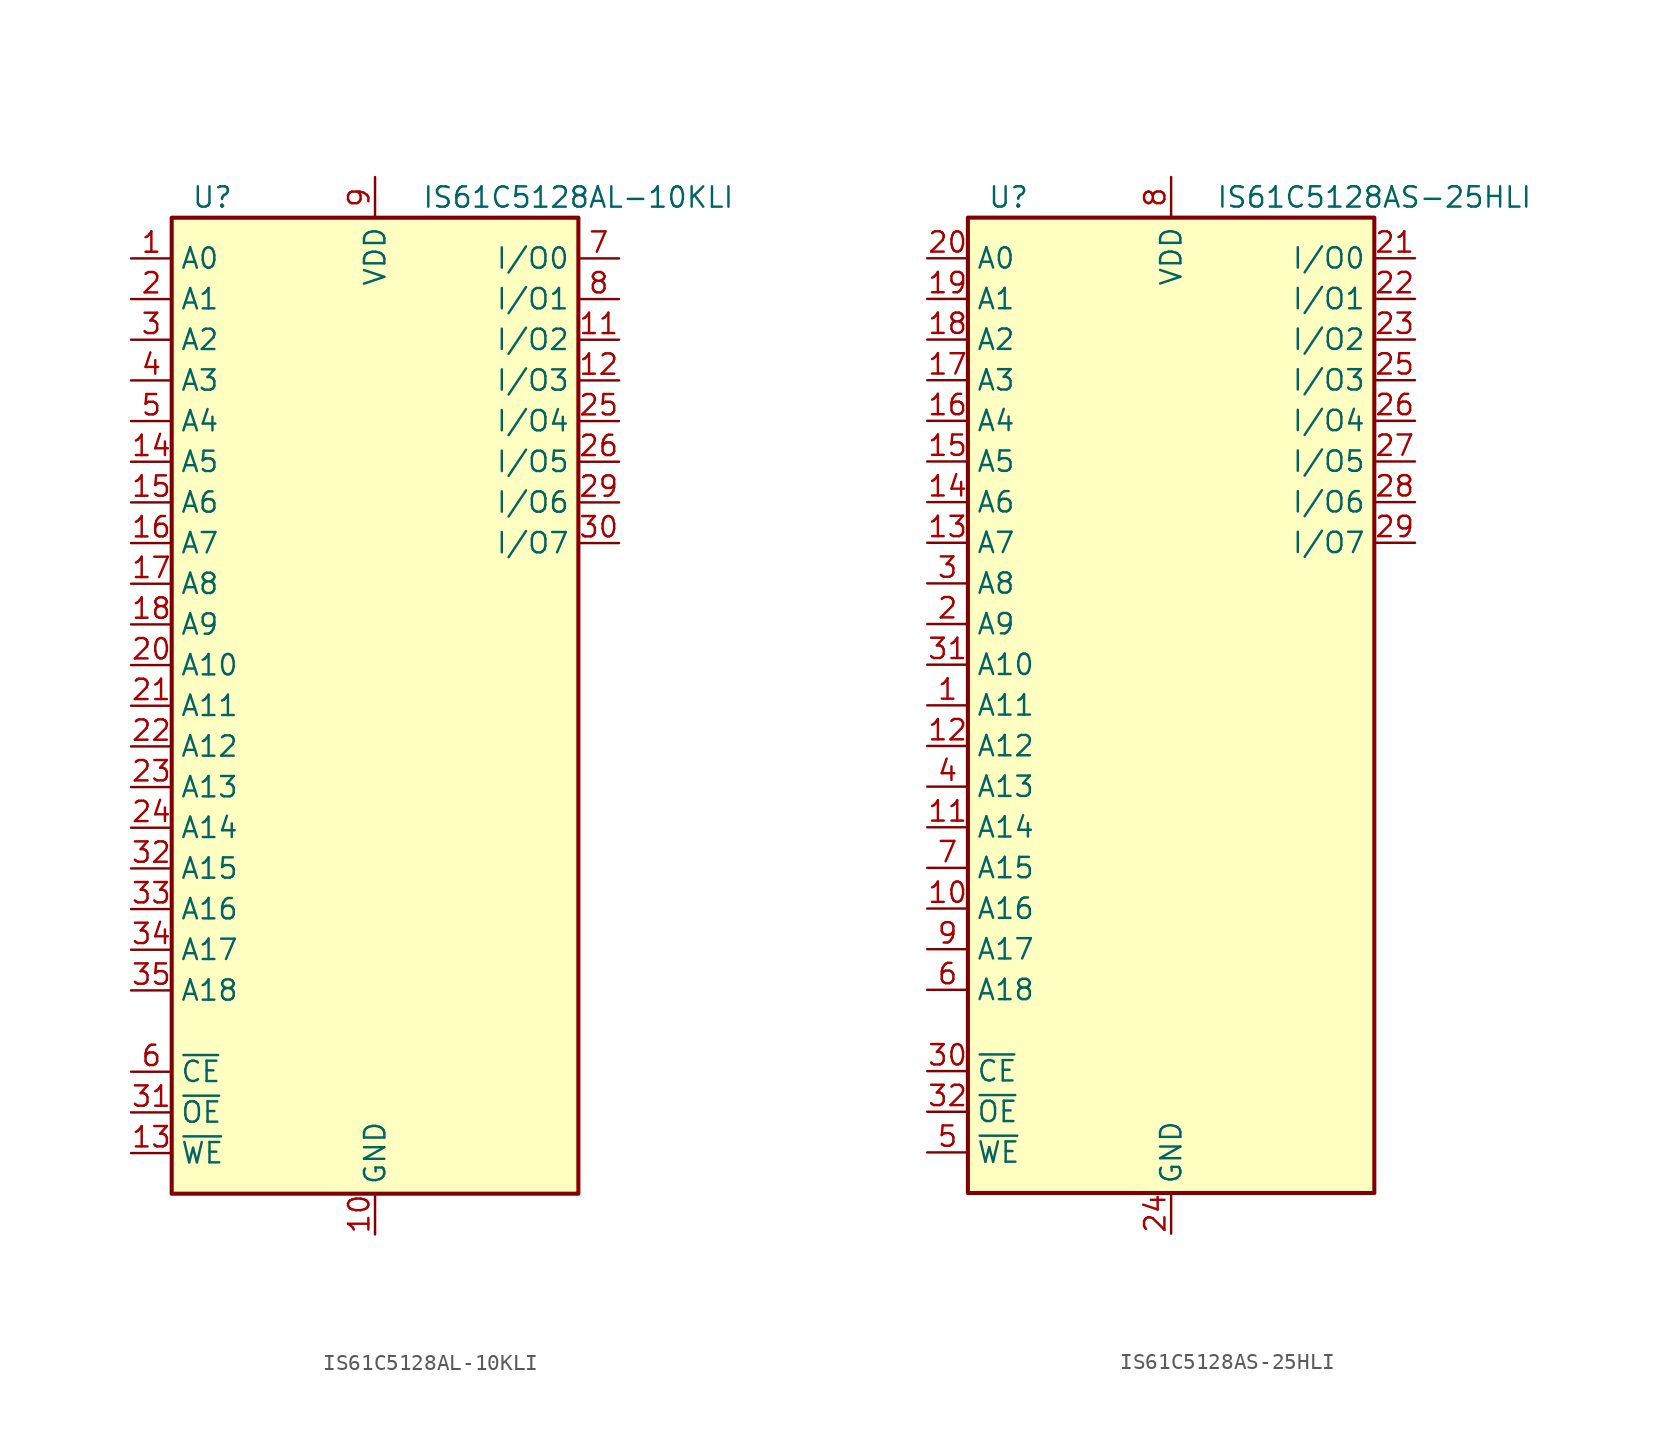
<source format=kicad_sym>
(kicad_symbol_lib
  (version 20201005)
  (generator kicad_symbol_editor)
  (symbol "IS61C5128AL-10KLI"
    (property "Reference" "U"
      (at -10.16 31.75 0)
      (effects (font (size 1.27 1.27))))
    (property "Value" "IS61C5128AL-10KLI"
      (at 12.7 31.75 0)
      (effects (font (size 1.27 1.27))))
    (symbol "IS61C5128AL-10KLI_0_1"
      (rectangle (start -12.7 30.48) (end 12.7 -30.48) (stroke (width 0.254)) (fill (type background))))
    (symbol "IS61C5128AL-10KLI_1_1"
      (pin input line (at -15.24 27.94 0) (length 2.54) (name "A0" (effects (font (size 1.27 1.27)))) (number "1" (effects (font (size 1.27 1.27)))))
      (pin power_in line (at 0 -33.02 90) (length 2.54) (name "GND" (effects (font (size 1.27 1.27)))) (number "10" (effects (font (size 1.27 1.27)))))
      (pin bidirectional line (at 15.24 22.86 180) (length 2.54) (name "I/O2" (effects (font (size 1.27 1.27)))) (number "11" (effects (font (size 1.27 1.27)))))
      (pin bidirectional line (at 15.24 20.32 180) (length 2.54) (name "I/O3" (effects (font (size 1.27 1.27)))) (number "12" (effects (font (size 1.27 1.27)))))
      (pin input line (at -15.24 -27.94 0) (length 2.54) (name "~WE" (effects (font (size 1.27 1.27)))) (number "13" (effects (font (size 1.27 1.27)))))
      (pin input line (at -15.24 15.24 0) (length 2.54) (name "A5" (effects (font (size 1.27 1.27)))) (number "14" (effects (font (size 1.27 1.27)))))
      (pin input line (at -15.24 12.7 0) (length 2.54) (name "A6" (effects (font (size 1.27 1.27)))) (number "15" (effects (font (size 1.27 1.27)))))
      (pin input line (at -15.24 10.16 0) (length 2.54) (name "A7" (effects (font (size 1.27 1.27)))) (number "16" (effects (font (size 1.27 1.27)))))
      (pin input line (at -15.24 7.62 0) (length 2.54) (name "A8" (effects (font (size 1.27 1.27)))) (number "17" (effects (font (size 1.27 1.27)))))
      (pin input line (at -15.24 5.08 0) (length 2.54) (name "A9" (effects (font (size 1.27 1.27)))) (number "18" (effects (font (size 1.27 1.27)))))
      (pin no_connect line (at 12.7 -27.94 180) (length 2.54) hide (name "NC" (effects (font (size 1.27 1.27)))) (number "19" (effects (font (size 1.27 1.27)))))
      (pin input line (at -15.24 25.4 0) (length 2.54) (name "A1" (effects (font (size 1.27 1.27)))) (number "2" (effects (font (size 1.27 1.27)))))
      (pin input line (at -15.24 2.54 0) (length 2.54) (name "A10" (effects (font (size 1.27 1.27)))) (number "20" (effects (font (size 1.27 1.27)))))
      (pin input line (at -15.24 0 0) (length 2.54) (name "A11" (effects (font (size 1.27 1.27)))) (number "21" (effects (font (size 1.27 1.27)))))
      (pin input line (at -15.24 -2.54 0) (length 2.54) (name "A12" (effects (font (size 1.27 1.27)))) (number "22" (effects (font (size 1.27 1.27)))))
      (pin input line (at -15.24 -5.08 0) (length 2.54) (name "A13" (effects (font (size 1.27 1.27)))) (number "23" (effects (font (size 1.27 1.27)))))
      (pin input line (at -15.24 -7.62 0) (length 2.54) (name "A14" (effects (font (size 1.27 1.27)))) (number "24" (effects (font (size 1.27 1.27)))))
      (pin bidirectional line (at 15.24 17.78 180) (length 2.54) (name "I/O4" (effects (font (size 1.27 1.27)))) (number "25" (effects (font (size 1.27 1.27)))))
      (pin bidirectional line (at 15.24 15.24 180) (length 2.54) (name "I/O5" (effects (font (size 1.27 1.27)))) (number "26" (effects (font (size 1.27 1.27)))))
      (pin passive line (at 0 33.02 270) (length 2.54) hide (name "VDD" (effects (font (size 1.27 1.27)))) (number "27" (effects (font (size 1.27 1.27)))))
      (pin passive line (at 0 -33.02 90) (length 2.54) hide (name "GND" (effects (font (size 1.27 1.27)))) (number "28" (effects (font (size 1.27 1.27)))))
      (pin bidirectional line (at 15.24 12.7 180) (length 2.54) (name "I/O6" (effects (font (size 1.27 1.27)))) (number "29" (effects (font (size 1.27 1.27)))))
      (pin input line (at -15.24 22.86 0) (length 2.54) (name "A2" (effects (font (size 1.27 1.27)))) (number "3" (effects (font (size 1.27 1.27)))))
      (pin bidirectional line (at 15.24 10.16 180) (length 2.54) (name "I/O7" (effects (font (size 1.27 1.27)))) (number "30" (effects (font (size 1.27 1.27)))))
      (pin input line (at -15.24 -25.4 0) (length 2.54) (name "~OE" (effects (font (size 1.27 1.27)))) (number "31" (effects (font (size 1.27 1.27)))))
      (pin input line (at -15.24 -10.16 0) (length 2.54) (name "A15" (effects (font (size 1.27 1.27)))) (number "32" (effects (font (size 1.27 1.27)))))
      (pin input line (at -15.24 -12.7 0) (length 2.54) (name "A16" (effects (font (size 1.27 1.27)))) (number "33" (effects (font (size 1.27 1.27)))))
      (pin input line (at -15.24 -15.24 0) (length 2.54) (name "A17" (effects (font (size 1.27 1.27)))) (number "34" (effects (font (size 1.27 1.27)))))
      (pin input line (at -15.24 -17.78 0) (length 2.54) (name "A18" (effects (font (size 1.27 1.27)))) (number "35" (effects (font (size 1.27 1.27)))))
      (pin no_connect line (at 12.7 -25.4 180) (length 2.54) hide (name "NC" (effects (font (size 1.27 1.27)))) (number "36" (effects (font (size 1.27 1.27)))))
      (pin input line (at -15.24 20.32 0) (length 2.54) (name "A3" (effects (font (size 1.27 1.27)))) (number "4" (effects (font (size 1.27 1.27)))))
      (pin input line (at -15.24 17.78 0) (length 2.54) (name "A4" (effects (font (size 1.27 1.27)))) (number "5" (effects (font (size 1.27 1.27)))))
      (pin input line (at -15.24 -22.86 0) (length 2.54) (name "~CE" (effects (font (size 1.27 1.27)))) (number "6" (effects (font (size 1.27 1.27)))))
      (pin bidirectional line (at 15.24 27.94 180) (length 2.54) (name "I/O0" (effects (font (size 1.27 1.27)))) (number "7" (effects (font (size 1.27 1.27)))))
      (pin bidirectional line (at 15.24 25.4 180) (length 2.54) (name "I/O1" (effects (font (size 1.27 1.27)))) (number "8" (effects (font (size 1.27 1.27)))))
      (pin power_in line (at 0 33.02 270) (length 2.54) (name "VDD" (effects (font (size 1.27 1.27)))) (number "9" (effects (font (size 1.27 1.27)))))))
  (symbol "IS61C5128AS-25HLI"
    (property "Reference" "U"
      (at -10.16 31.75 0)
      (effects (font (size 1.27 1.27))))
    (property "Value" "IS61C5128AS-25HLI"
      (at 12.7 31.75 0)
      (effects (font (size 1.27 1.27))))
    (symbol "IS61C5128AS-25HLI_0_1"
      (rectangle (start -12.7 30.48) (end 12.7 -30.48) (stroke (width 0.254)) (fill (type background))))
    (symbol "IS61C5128AS-25HLI_1_1"
      (pin input line (at -15.24 0 0) (length 2.54) (name "A11" (effects (font (size 1.27 1.27)))) (number "1" (effects (font (size 1.27 1.27)))))
      (pin input line (at -15.24 -12.7 0) (length 2.54) (name "A16" (effects (font (size 1.27 1.27)))) (number "10" (effects (font (size 1.27 1.27)))))
      (pin input line (at -15.24 -7.62 0) (length 2.54) (name "A14" (effects (font (size 1.27 1.27)))) (number "11" (effects (font (size 1.27 1.27)))))
      (pin input line (at -15.24 -2.54 0) (length 2.54) (name "A12" (effects (font (size 1.27 1.27)))) (number "12" (effects (font (size 1.27 1.27)))))
      (pin input line (at -15.24 10.16 0) (length 2.54) (name "A7" (effects (font (size 1.27 1.27)))) (number "13" (effects (font (size 1.27 1.27)))))
      (pin input line (at -15.24 12.7 0) (length 2.54) (name "A6" (effects (font (size 1.27 1.27)))) (number "14" (effects (font (size 1.27 1.27)))))
      (pin input line (at -15.24 15.24 0) (length 2.54) (name "A5" (effects (font (size 1.27 1.27)))) (number "15" (effects (font (size 1.27 1.27)))))
      (pin input line (at -15.24 17.78 0) (length 2.54) (name "A4" (effects (font (size 1.27 1.27)))) (number "16" (effects (font (size 1.27 1.27)))))
      (pin input line (at -15.24 20.32 0) (length 2.54) (name "A3" (effects (font (size 1.27 1.27)))) (number "17" (effects (font (size 1.27 1.27)))))
      (pin input line (at -15.24 22.86 0) (length 2.54) (name "A2" (effects (font (size 1.27 1.27)))) (number "18" (effects (font (size 1.27 1.27)))))
      (pin input line (at -15.24 25.4 0) (length 2.54) (name "A1" (effects (font (size 1.27 1.27)))) (number "19" (effects (font (size 1.27 1.27)))))
      (pin input line (at -15.24 5.08 0) (length 2.54) (name "A9" (effects (font (size 1.27 1.27)))) (number "2" (effects (font (size 1.27 1.27)))))
      (pin input line (at -15.24 27.94 0) (length 2.54) (name "A0" (effects (font (size 1.27 1.27)))) (number "20" (effects (font (size 1.27 1.27)))))
      (pin bidirectional line (at 15.24 27.94 180) (length 2.54) (name "I/O0" (effects (font (size 1.27 1.27)))) (number "21" (effects (font (size 1.27 1.27)))))
      (pin bidirectional line (at 15.24 25.4 180) (length 2.54) (name "I/O1" (effects (font (size 1.27 1.27)))) (number "22" (effects (font (size 1.27 1.27)))))
      (pin bidirectional line (at 15.24 22.86 180) (length 2.54) (name "I/O2" (effects (font (size 1.27 1.27)))) (number "23" (effects (font (size 1.27 1.27)))))
      (pin power_in line (at 0 -33.02 90) (length 2.54) (name "GND" (effects (font (size 1.27 1.27)))) (number "24" (effects (font (size 1.27 1.27)))))
      (pin bidirectional line (at 15.24 20.32 180) (length 2.54) (name "I/O3" (effects (font (size 1.27 1.27)))) (number "25" (effects (font (size 1.27 1.27)))))
      (pin bidirectional line (at 15.24 17.78 180) (length 2.54) (name "I/O4" (effects (font (size 1.27 1.27)))) (number "26" (effects (font (size 1.27 1.27)))))
      (pin bidirectional line (at 15.24 15.24 180) (length 2.54) (name "I/O5" (effects (font (size 1.27 1.27)))) (number "27" (effects (font (size 1.27 1.27)))))
      (pin bidirectional line (at 15.24 12.7 180) (length 2.54) (name "I/O6" (effects (font (size 1.27 1.27)))) (number "28" (effects (font (size 1.27 1.27)))))
      (pin bidirectional line (at 15.24 10.16 180) (length 2.54) (name "I/O7" (effects (font (size 1.27 1.27)))) (number "29" (effects (font (size 1.27 1.27)))))
      (pin input line (at -15.24 7.62 0) (length 2.54) (name "A8" (effects (font (size 1.27 1.27)))) (number "3" (effects (font (size 1.27 1.27)))))
      (pin input line (at -15.24 -22.86 0) (length 2.54) (name "~CE" (effects (font (size 1.27 1.27)))) (number "30" (effects (font (size 1.27 1.27)))))
      (pin input line (at -15.24 2.54 0) (length 2.54) (name "A10" (effects (font (size 1.27 1.27)))) (number "31" (effects (font (size 1.27 1.27)))))
      (pin input line (at -15.24 -25.4 0) (length 2.54) (name "~OE" (effects (font (size 1.27 1.27)))) (number "32" (effects (font (size 1.27 1.27)))))
      (pin input line (at -15.24 -5.08 0) (length 2.54) (name "A13" (effects (font (size 1.27 1.27)))) (number "4" (effects (font (size 1.27 1.27)))))
      (pin input line (at -15.24 -27.94 0) (length 2.54) (name "~WE" (effects (font (size 1.27 1.27)))) (number "5" (effects (font (size 1.27 1.27)))))
      (pin input line (at -15.24 -17.78 0) (length 2.54) (name "A18" (effects (font (size 1.27 1.27)))) (number "6" (effects (font (size 1.27 1.27)))))
      (pin input line (at -15.24 -10.16 0) (length 2.54) (name "A15" (effects (font (size 1.27 1.27)))) (number "7" (effects (font (size 1.27 1.27)))))
      (pin power_in line (at 0 33.02 270) (length 2.54) (name "VDD" (effects (font (size 1.27 1.27)))) (number "8" (effects (font (size 1.27 1.27)))))
      (pin input line (at -15.24 -15.24 0) (length 2.54) (name "A17" (effects (font (size 1.27 1.27)))) (number "9" (effects (font (size 1.27 1.27))))))))
</source>
